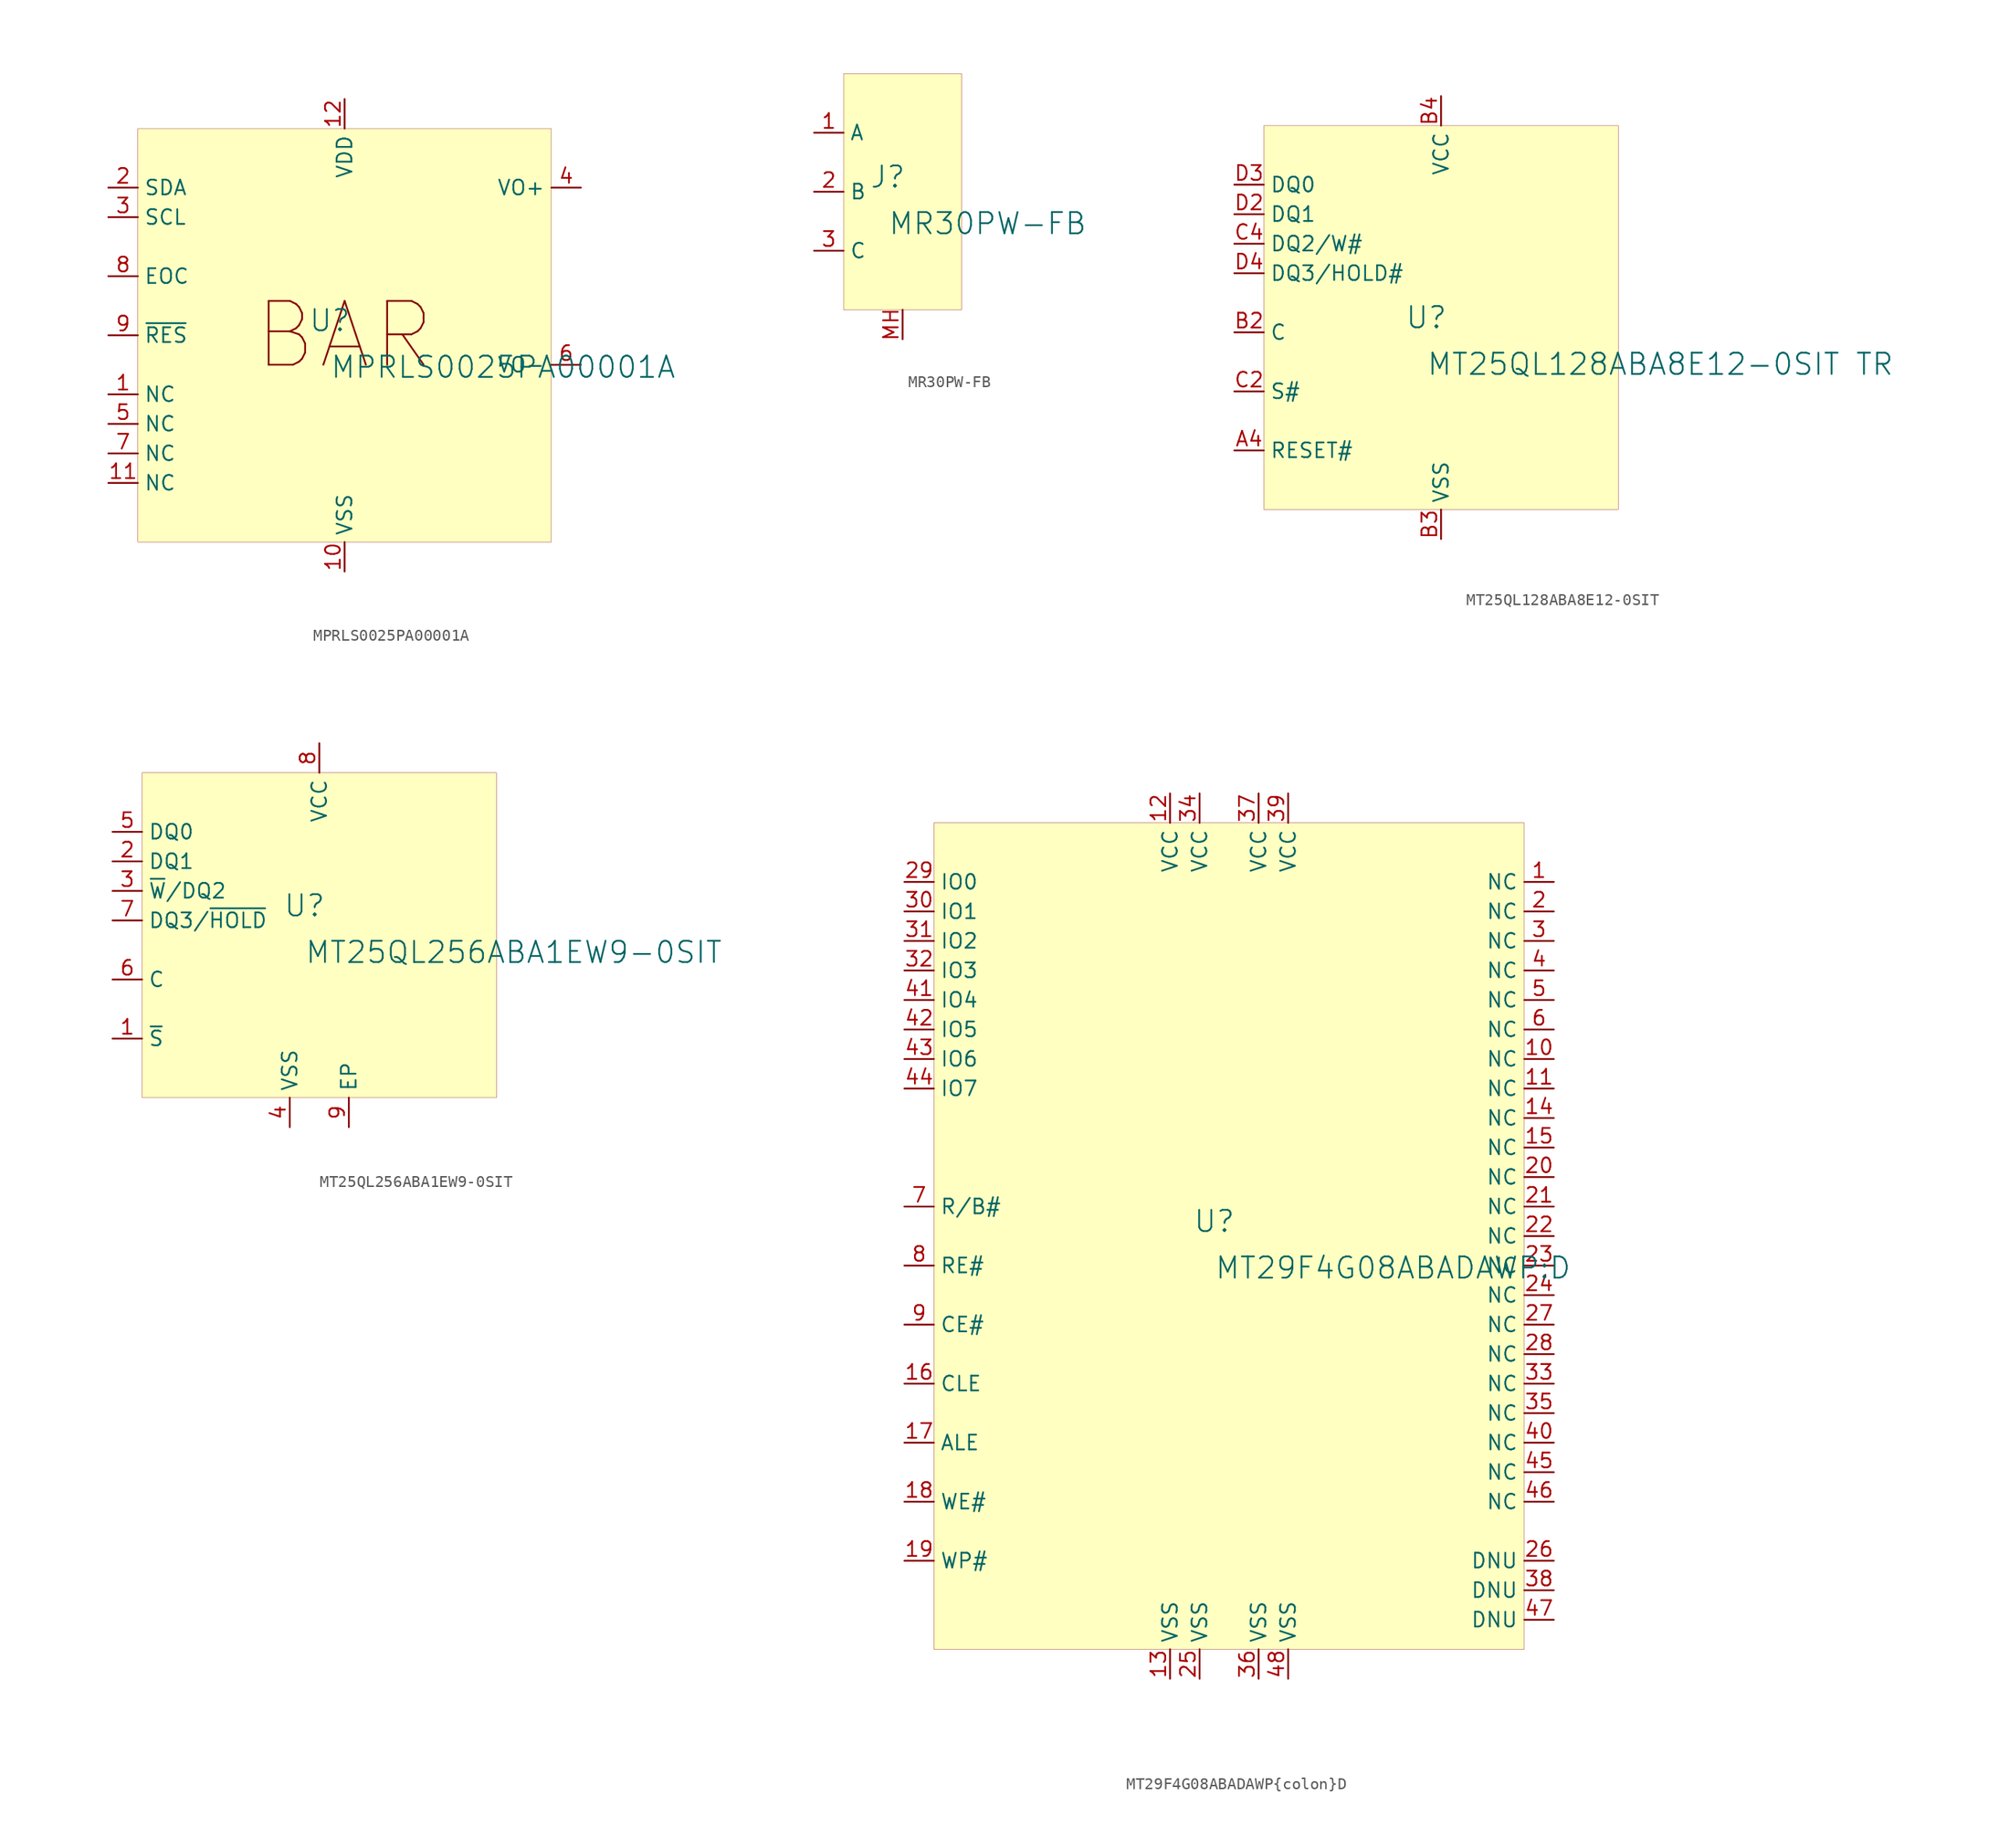
<source format=kicad_sym>
(kicad_symbol_lib
  (version 20231120)
  (generator "kicad_symbol_editor")
  (generator_version "8.0")
  (symbol "MPRLS0025PA00001A"
    (property "Reference" "U"
      (at -1.27 1.27 0)
      (effects (font (size 1.829 1.829))))
    (property "Value" "MPRLS0025PA00001A"
      (at -1.27 -3.81 0)
      (effects (font (size 1.829 1.829)) (justify left bottom)))
    (symbol "MPRLS0025PA00001A_1_0"
      (rectangle (start 17.78 17.78) (end -17.78 -17.78) (stroke (width 0.025) (type solid) (color 128 0 0 1)) (fill (type background)))
      (text "BAR" (at 0 0 0) (effects (font (size 5.486 5.486))))
      (pin passive line (at -20.32 -5.08 0) (length 2.54) (name "NC" (effects (font (size 1.27 1.27)))) (number "1" (effects (font (size 1.27 1.27)))))
      (pin passive line (at 0 -20.32 90) (length 2.54) (name "VSS" (effects (font (size 1.27 1.27)))) (number "10" (effects (font (size 1.27 1.27)))))
      (pin passive line (at -20.32 -12.7 0) (length 2.54) (name "NC" (effects (font (size 1.27 1.27)))) (number "11" (effects (font (size 1.27 1.27)))))
      (pin passive line (at 0 20.32 270) (length 2.54) (name "VDD" (effects (font (size 1.27 1.27)))) (number "12" (effects (font (size 1.27 1.27)))))
      (pin passive line (at -20.32 12.7 0) (length 2.54) (name "SDA" (effects (font (size 1.27 1.27)))) (number "2" (effects (font (size 1.27 1.27)))))
      (pin passive line (at -20.32 10.16 0) (length 2.54) (name "SCL" (effects (font (size 1.27 1.27)))) (number "3" (effects (font (size 1.27 1.27)))))
      (pin passive line (at 20.32 12.7 180) (length 2.54) (name "VO+" (effects (font (size 1.27 1.27)))) (number "4" (effects (font (size 1.27 1.27)))))
      (pin passive line (at -20.32 -7.62 0) (length 2.54) (name "NC" (effects (font (size 1.27 1.27)))) (number "5" (effects (font (size 1.27 1.27)))))
      (pin passive line (at 20.32 -2.54 180) (length 2.54) (name "VO-" (effects (font (size 1.27 1.27)))) (number "6" (effects (font (size 1.27 1.27)))))
      (pin passive line (at -20.32 -10.16 0) (length 2.54) (name "NC" (effects (font (size 1.27 1.27)))) (number "7" (effects (font (size 1.27 1.27)))))
      (pin passive line (at -20.32 5.08 0) (length 2.54) (name "EOC" (effects (font (size 1.27 1.27)))) (number "8" (effects (font (size 1.27 1.27)))))
      (pin passive line (at -20.32 0 0) (length 2.54) (name "~{RES}" (effects (font (size 1.27 1.27)))) (number "9" (effects (font (size 1.27 1.27)))))))
  (symbol "MR30PW-FB"
    (property "Reference" "J"
      (at -1.27 1.27 0)
      (effects (font (size 1.829 1.829))))
    (property "Value" "MR30PW-FB"
      (at -1.27 -3.81 0)
      (effects (font (size 1.829 1.829)) (justify left bottom)))
    (symbol "MR30PW-FB_1_0"
      (rectangle (start -5.08 10.16) (end 5.08 -10.16) (stroke (width 0.025) (type solid)) (fill (type background)))
      (pin passive line (at -7.62 5.08 0) (length 2.54) (name "A" (effects (font (size 1.27 1.27)))) (number "1" (effects (font (size 1.27 1.27)))))
      (pin passive line (at -7.62 0 0) (length 2.54) (name "B" (effects (font (size 1.27 1.27)))) (number "2" (effects (font (size 1.27 1.27)))))
      (pin passive line (at -7.62 -5.08 0) (length 2.54) (name "C" (effects (font (size 1.27 1.27)))) (number "3" (effects (font (size 1.27 1.27)))))
      (pin passive line (at 0 -12.7 90) (length 2.54) (name "MH" (effects (font (size 0 0)))) (number "MH" (effects (font (size 1.27 1.27)))))))
  (symbol "MT25QL128ABA8E12-0SIT"
    (property "Reference" "U"
      (at -1.27 1.27 0)
      (effects (font (size 1.829 1.829))))
    (property "Value" "MT25QL128ABA8E12-0SIT TR"
      (at -1.27 -3.81 0)
      (effects (font (size 1.829 1.829)) (justify left bottom)))
    (symbol "MT25QL128ABA8E12-0SIT_1_0"
      (rectangle (start 15.24 17.78) (end -15.24 -15.24) (stroke (width 0.025) (type solid) (color 128 0 0 1)) (fill (type background)))
      (pin passive line (at -17.78 -10.16 0) (length 2.54) (name "RESET#" (effects (font (size 1.27 1.27)))) (number "A4" (effects (font (size 1.27 1.27)))))
      (pin passive line (at -17.78 0 0) (length 2.54) (name "C" (effects (font (size 1.27 1.27)))) (number "B2" (effects (font (size 1.27 1.27)))))
      (pin passive line (at 0 -17.78 90) (length 2.54) (name "VSS" (effects (font (size 1.27 1.27)))) (number "B3" (effects (font (size 1.27 1.27)))))
      (pin passive line (at 0 20.32 270) (length 2.54) (name "VCC" (effects (font (size 1.27 1.27)))) (number "B4" (effects (font (size 1.27 1.27)))))
      (pin passive line (at -17.78 -5.08 0) (length 2.54) (name "S#" (effects (font (size 1.27 1.27)))) (number "C2" (effects (font (size 1.27 1.27)))))
      (pin passive line (at -17.78 7.62 0) (length 2.54) (name "DQ2/W#" (effects (font (size 1.27 1.27)))) (number "C4" (effects (font (size 1.27 1.27)))))
      (pin passive line (at -17.78 10.16 0) (length 2.54) (name "DQ1" (effects (font (size 1.27 1.27)))) (number "D2" (effects (font (size 1.27 1.27)))))
      (pin passive line (at -17.78 12.7 0) (length 2.54) (name "DQ0" (effects (font (size 1.27 1.27)))) (number "D3" (effects (font (size 1.27 1.27)))))
      (pin passive line (at -17.78 5.08 0) (length 2.54) (name "DQ3/HOLD#" (effects (font (size 1.27 1.27)))) (number "D4" (effects (font (size 1.27 1.27)))))))
  (symbol "MT25QL256ABA1EW9-0SIT"
    (property "Reference" "U"
      (at -1.27 1.27 0)
      (effects (font (size 1.829 1.829))))
    (property "Value" "MT25QL256ABA1EW9-0SIT"
      (at -1.27 -3.81 0)
      (effects (font (size 1.829 1.829)) (justify left bottom)))
    (symbol "MT25QL256ABA1EW9-0SIT_1_0"
      (rectangle (start 15.24 12.7) (end -15.24 -15.24) (stroke (width 0.025) (type solid) (color 128 0 0 1)) (fill (type background)))
      (pin input line (at -17.78 -10.16 0) (length 2.54) (name "~{S}" (effects (font (size 1.27 1.27)))) (number "1" (effects (font (size 1.27 1.27)))))
      (pin bidirectional line (at -17.78 5.08 0) (length 2.54) (name "DQ1" (effects (font (size 1.27 1.27)))) (number "2" (effects (font (size 1.27 1.27)))))
      (pin bidirectional line (at -17.78 2.54 0) (length 2.54) (name "~{W}/DQ2" (effects (font (size 1.27 1.27)))) (number "3" (effects (font (size 1.27 1.27)))))
      (pin power_in line (at -2.54 -17.78 90) (length 2.54) (name "VSS" (effects (font (size 1.27 1.27)))) (number "4" (effects (font (size 1.27 1.27)))))
      (pin bidirectional line (at -17.78 7.62 0) (length 2.54) (name "DQ0" (effects (font (size 1.27 1.27)))) (number "5" (effects (font (size 1.27 1.27)))))
      (pin input line (at -17.78 -5.08 0) (length 2.54) (name "C" (effects (font (size 1.27 1.27)))) (number "6" (effects (font (size 1.27 1.27)))))
      (pin bidirectional line (at -17.78 0 0) (length 2.54) (name "DQ3/~{HOLD}" (effects (font (size 1.27 1.27)))) (number "7" (effects (font (size 1.27 1.27)))))
      (pin power_in line (at 0 15.24 270) (length 2.54) (name "VCC" (effects (font (size 1.27 1.27)))) (number "8" (effects (font (size 1.27 1.27)))))
      (pin power_in line (at 2.54 -17.78 90) (length 2.54) (name "EP" (effects (font (size 1.27 1.27)))) (number "9" (effects (font (size 1.27 1.27)))))))
  (symbol "MT29F4G08ABADAWP{colon}D"
    (property "Reference" "U"
      (at -1.27 1.27 0)
      (effects (font (size 1.829 1.829))))
    (property "Value" "MT29F4G08ABADAWP:D"
      (at -1.27 -3.81 0)
      (effects (font (size 1.829 1.829)) (justify left bottom)))
    (symbol "MT29F4G08ABADAWP{colon}D_1_0"
      (rectangle (start 25.4 35.56) (end -25.4 -35.56) (stroke (width 0.025) (type solid) (color 128 0 0 1)) (fill (type background)))
      (pin passive line (at 27.94 30.48 180) (length 2.54) (name "NC" (effects (font (size 1.27 1.27)))) (number "1" (effects (font (size 1.27 1.27)))))
      (pin passive line (at 27.94 15.24 180) (length 2.54) (name "NC" (effects (font (size 1.27 1.27)))) (number "10" (effects (font (size 1.27 1.27)))))
      (pin passive line (at 27.94 12.7 180) (length 2.54) (name "NC" (effects (font (size 1.27 1.27)))) (number "11" (effects (font (size 1.27 1.27)))))
      (pin power_in line (at -5.08 38.1 270) (length 2.54) (name "VCC" (effects (font (size 1.27 1.27)))) (number "12" (effects (font (size 1.27 1.27)))))
      (pin power_in line (at -5.08 -38.1 90) (length 2.54) (name "VSS" (effects (font (size 1.27 1.27)))) (number "13" (effects (font (size 1.27 1.27)))))
      (pin passive line (at 27.94 10.16 180) (length 2.54) (name "NC" (effects (font (size 1.27 1.27)))) (number "14" (effects (font (size 1.27 1.27)))))
      (pin passive line (at 27.94 7.62 180) (length 2.54) (name "NC" (effects (font (size 1.27 1.27)))) (number "15" (effects (font (size 1.27 1.27)))))
      (pin input line (at -27.94 -12.7 0) (length 2.54) (name "CLE" (effects (font (size 1.27 1.27)))) (number "16" (effects (font (size 1.27 1.27)))))
      (pin input line (at -27.94 -17.78 0) (length 2.54) (name "ALE" (effects (font (size 1.27 1.27)))) (number "17" (effects (font (size 1.27 1.27)))))
      (pin input line (at -27.94 -22.86 0) (length 2.54) (name "WE#" (effects (font (size 1.27 1.27)))) (number "18" (effects (font (size 1.27 1.27)))))
      (pin input line (at -27.94 -27.94 0) (length 2.54) (name "WP#" (effects (font (size 1.27 1.27)))) (number "19" (effects (font (size 1.27 1.27)))))
      (pin passive line (at 27.94 27.94 180) (length 2.54) (name "NC" (effects (font (size 1.27 1.27)))) (number "2" (effects (font (size 1.27 1.27)))))
      (pin passive line (at 27.94 5.08 180) (length 2.54) (name "NC" (effects (font (size 1.27 1.27)))) (number "20" (effects (font (size 1.27 1.27)))))
      (pin passive line (at 27.94 2.54 180) (length 2.54) (name "NC" (effects (font (size 1.27 1.27)))) (number "21" (effects (font (size 1.27 1.27)))))
      (pin passive line (at 27.94 0 180) (length 2.54) (name "NC" (effects (font (size 1.27 1.27)))) (number "22" (effects (font (size 1.27 1.27)))))
      (pin passive line (at 27.94 -2.54 180) (length 2.54) (name "NC" (effects (font (size 1.27 1.27)))) (number "23" (effects (font (size 1.27 1.27)))))
      (pin passive line (at 27.94 -5.08 180) (length 2.54) (name "NC" (effects (font (size 1.27 1.27)))) (number "24" (effects (font (size 1.27 1.27)))))
      (pin power_in line (at -2.54 -38.1 90) (length 2.54) (name "VSS" (effects (font (size 1.27 1.27)))) (number "25" (effects (font (size 1.27 1.27)))))
      (pin passive line (at 27.94 -27.94 180) (length 2.54) (name "DNU" (effects (font (size 1.27 1.27)))) (number "26" (effects (font (size 1.27 1.27)))))
      (pin passive line (at 27.94 -7.62 180) (length 2.54) (name "NC" (effects (font (size 1.27 1.27)))) (number "27" (effects (font (size 1.27 1.27)))))
      (pin passive line (at 27.94 -10.16 180) (length 2.54) (name "NC" (effects (font (size 1.27 1.27)))) (number "28" (effects (font (size 1.27 1.27)))))
      (pin bidirectional line (at -27.94 30.48 0) (length 2.54) (name "IO0" (effects (font (size 1.27 1.27)))) (number "29" (effects (font (size 1.27 1.27)))))
      (pin passive line (at 27.94 25.4 180) (length 2.54) (name "NC" (effects (font (size 1.27 1.27)))) (number "3" (effects (font (size 1.27 1.27)))))
      (pin bidirectional line (at -27.94 27.94 0) (length 2.54) (name "IO1" (effects (font (size 1.27 1.27)))) (number "30" (effects (font (size 1.27 1.27)))))
      (pin bidirectional line (at -27.94 25.4 0) (length 2.54) (name "IO2" (effects (font (size 1.27 1.27)))) (number "31" (effects (font (size 1.27 1.27)))))
      (pin bidirectional line (at -27.94 22.86 0) (length 2.54) (name "IO3" (effects (font (size 1.27 1.27)))) (number "32" (effects (font (size 1.27 1.27)))))
      (pin passive line (at 27.94 -12.7 180) (length 2.54) (name "NC" (effects (font (size 1.27 1.27)))) (number "33" (effects (font (size 1.27 1.27)))))
      (pin power_in line (at -2.54 38.1 270) (length 2.54) (name "VCC" (effects (font (size 1.27 1.27)))) (number "34" (effects (font (size 1.27 1.27)))))
      (pin passive line (at 27.94 -15.24 180) (length 2.54) (name "NC" (effects (font (size 1.27 1.27)))) (number "35" (effects (font (size 1.27 1.27)))))
      (pin power_in line (at 2.54 -38.1 90) (length 2.54) (name "VSS" (effects (font (size 1.27 1.27)))) (number "36" (effects (font (size 1.27 1.27)))))
      (pin power_in line (at 2.54 38.1 270) (length 2.54) (name "VCC" (effects (font (size 1.27 1.27)))) (number "37" (effects (font (size 1.27 1.27)))))
      (pin passive line (at 27.94 -30.48 180) (length 2.54) (name "DNU" (effects (font (size 1.27 1.27)))) (number "38" (effects (font (size 1.27 1.27)))))
      (pin power_in line (at 5.08 38.1 270) (length 2.54) (name "VCC" (effects (font (size 1.27 1.27)))) (number "39" (effects (font (size 1.27 1.27)))))
      (pin passive line (at 27.94 22.86 180) (length 2.54) (name "NC" (effects (font (size 1.27 1.27)))) (number "4" (effects (font (size 1.27 1.27)))))
      (pin passive line (at 27.94 -17.78 180) (length 2.54) (name "NC" (effects (font (size 1.27 1.27)))) (number "40" (effects (font (size 1.27 1.27)))))
      (pin bidirectional line (at -27.94 20.32 0) (length 2.54) (name "IO4" (effects (font (size 1.27 1.27)))) (number "41" (effects (font (size 1.27 1.27)))))
      (pin bidirectional line (at -27.94 17.78 0) (length 2.54) (name "IO5" (effects (font (size 1.27 1.27)))) (number "42" (effects (font (size 1.27 1.27)))))
      (pin bidirectional line (at -27.94 15.24 0) (length 2.54) (name "IO6" (effects (font (size 1.27 1.27)))) (number "43" (effects (font (size 1.27 1.27)))))
      (pin bidirectional line (at -27.94 12.7 0) (length 2.54) (name "IO7" (effects (font (size 1.27 1.27)))) (number "44" (effects (font (size 1.27 1.27)))))
      (pin passive line (at 27.94 -20.32 180) (length 2.54) (name "NC" (effects (font (size 1.27 1.27)))) (number "45" (effects (font (size 1.27 1.27)))))
      (pin passive line (at 27.94 -22.86 180) (length 2.54) (name "NC" (effects (font (size 1.27 1.27)))) (number "46" (effects (font (size 1.27 1.27)))))
      (pin passive line (at 27.94 -33.02 180) (length 2.54) (name "DNU" (effects (font (size 1.27 1.27)))) (number "47" (effects (font (size 1.27 1.27)))))
      (pin power_in line (at 5.08 -38.1 90) (length 2.54) (name "VSS" (effects (font (size 1.27 1.27)))) (number "48" (effects (font (size 1.27 1.27)))))
      (pin passive line (at 27.94 20.32 180) (length 2.54) (name "NC" (effects (font (size 1.27 1.27)))) (number "5" (effects (font (size 1.27 1.27)))))
      (pin passive line (at 27.94 17.78 180) (length 2.54) (name "NC" (effects (font (size 1.27 1.27)))) (number "6" (effects (font (size 1.27 1.27)))))
      (pin output line (at -27.94 2.54 0) (length 2.54) (name "R/B#" (effects (font (size 1.27 1.27)))) (number "7" (effects (font (size 1.27 1.27)))))
      (pin input line (at -27.94 -2.54 0) (length 2.54) (name "RE#" (effects (font (size 1.27 1.27)))) (number "8" (effects (font (size 1.27 1.27)))))
      (pin input line (at -27.94 -7.62 0) (length 2.54) (name "CE#" (effects (font (size 1.27 1.27)))) (number "9" (effects (font (size 1.27 1.27))))))))
</source>
